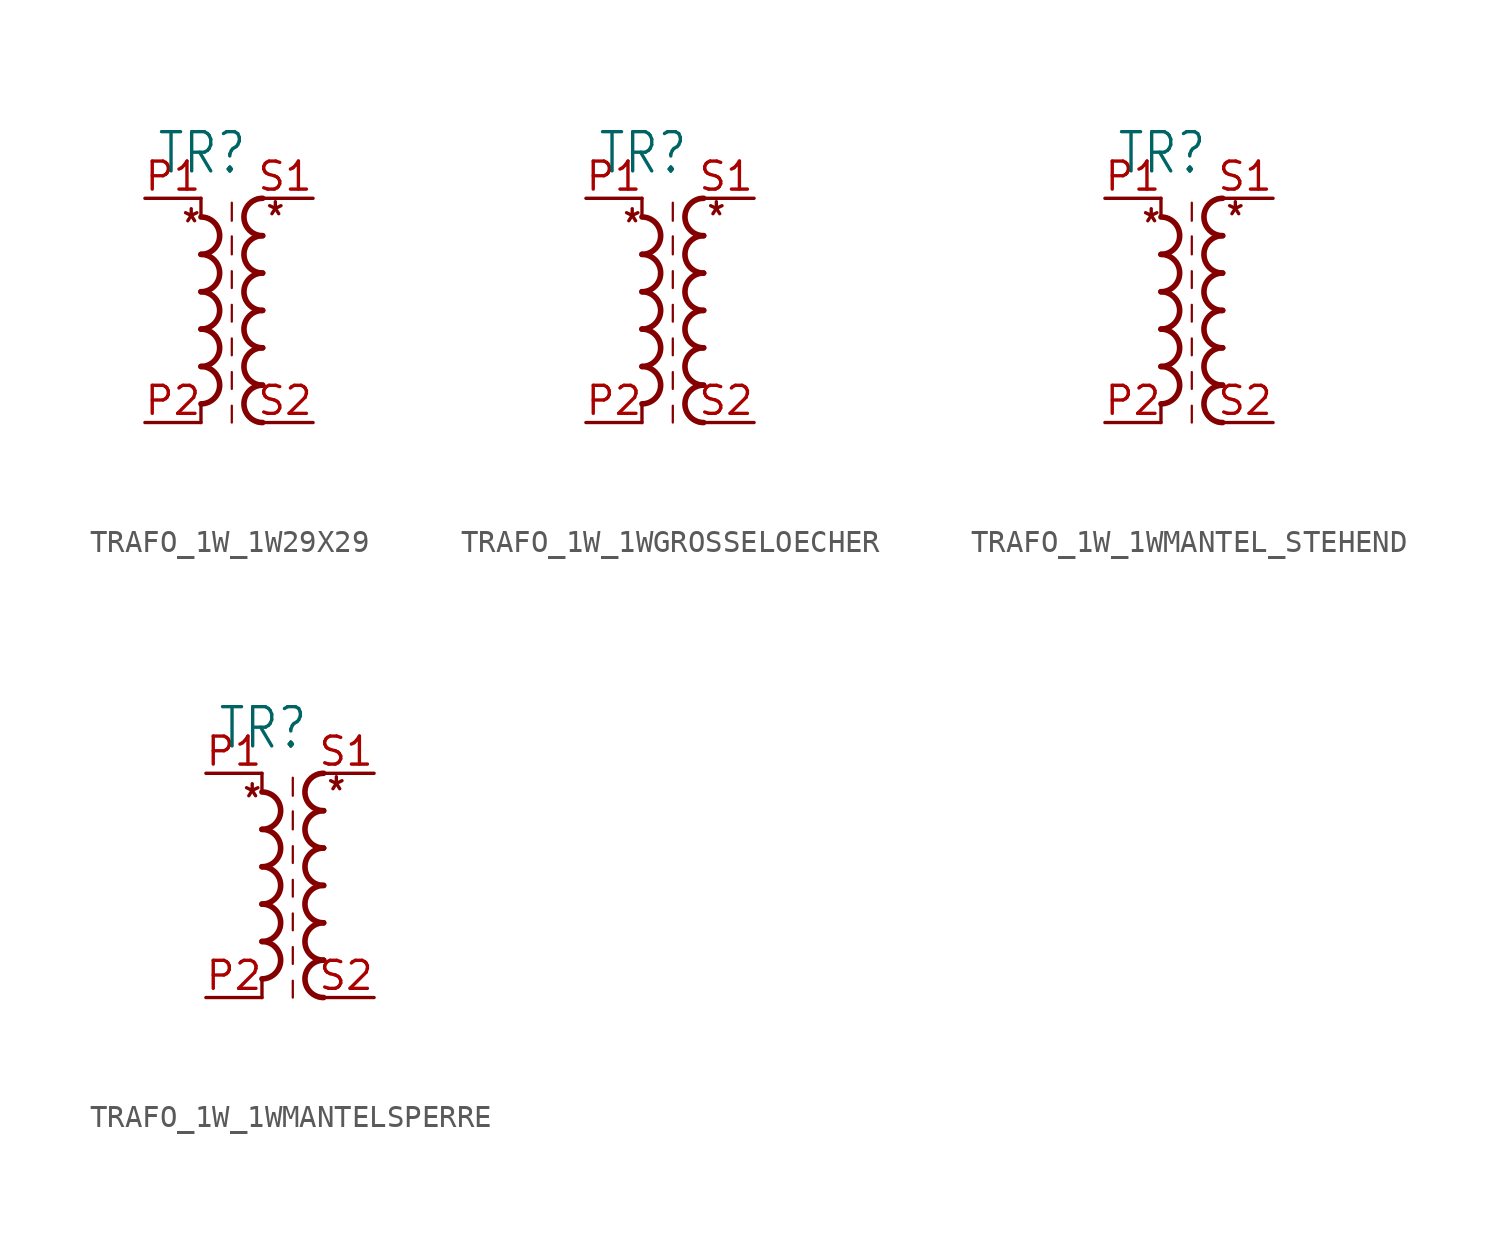
<source format=kicad_sym>
(kicad_symbol_lib
  (version 20231120)
  (generator "kicad_symbol_editor")
  (generator_version "8.0")
  (symbol "TRAFO_1W_1W29X29"
    (property "Reference" "TR"
      (at -4.572 6.096 0)
      (effects (font (size 1.778 1.511)) (justify left bottom)))
    (property "Value" ""
      (at -4.572 -7.874 0)
      (effects (font (size 1.778 1.511)) (justify left bottom)))
    (property "ki_locked" ""
      (at 0 0 0)
      (effects (font (size 1.27 1.27))))
    (symbol "TRAFO_1W_1W29X29_1_0"
      (arc (start -2.54 -4.2334) (mid -1.6933 -3.3867) (end -2.54 -2.54) (stroke (width 0.254) (type solid)) (fill (type none)))
      (arc (start -2.54 -2.54) (mid -1.6933 -1.6933) (end -2.54 -0.8466) (stroke (width 0.254) (type solid)) (fill (type none)))
      (arc (start -2.54 -0.8466) (mid -1.6934 0) (end -2.54 0.8466) (stroke (width 0.254) (type solid)) (fill (type none)))
      (arc (start -2.54 0.8466) (mid -1.6933 1.6933) (end -2.54 2.54) (stroke (width 0.254) (type solid)) (fill (type none)))
      (arc (start -2.54 2.54) (mid -1.6933 3.3867) (end -2.54 4.2334) (stroke (width 0.254) (type solid)) (fill (type none)))
      (polyline (pts (xy -2.54 -4.318) (xy -2.54 -5.08)) (stroke (width 0.152) (type solid)) (fill (type none)))
      (polyline (pts (xy -2.54 5.08) (xy -2.54 4.318)) (stroke (width 0.152) (type solid)) (fill (type none)))
      (polyline (pts (xy -1.143 -5.08) (xy -1.143 -4.318)) (stroke (width 0.102) (type solid)) (fill (type none)))
      (polyline (pts (xy -1.143 -3.556) (xy -1.143 -2.794)) (stroke (width 0.102) (type solid)) (fill (type none)))
      (polyline (pts (xy -1.143 -2.032) (xy -1.143 -1.27)) (stroke (width 0.102) (type solid)) (fill (type none)))
      (polyline (pts (xy -1.143 -0.508) (xy -1.143 0.254)) (stroke (width 0.102) (type solid)) (fill (type none)))
      (polyline (pts (xy -1.143 1.016) (xy -1.143 1.778)) (stroke (width 0.102) (type solid)) (fill (type none)))
      (polyline (pts (xy -1.143 2.54) (xy -1.143 3.356)) (stroke (width 0.102) (type solid)) (fill (type none)))
      (polyline (pts (xy -1.143 4.064) (xy -1.143 4.88)) (stroke (width 0.102) (type solid)) (fill (type none)))
      (arc (start 0.254 -3.3866) (mid -0.5927 -4.2333) (end 0.254 -5.08) (stroke (width 0.254) (type solid)) (fill (type none)))
      (arc (start 0.254 -1.6934) (mid -0.5926 -2.54) (end 0.254 -3.3866) (stroke (width 0.254) (type solid)) (fill (type none)))
      (arc (start 0.254 0) (mid -0.5927 -0.8467) (end 0.254 -1.6934) (stroke (width 0.254) (type solid)) (fill (type none)))
      (arc (start 0.254 1.6934) (mid -0.5927 0.8467) (end 0.254 0) (stroke (width 0.254) (type solid)) (fill (type none)))
      (arc (start 0.254 3.3866) (mid -0.5927 2.5399) (end 0.254 1.6932) (stroke (width 0.254) (type solid)) (fill (type none)))
      (arc (start 0.254 5.08) (mid -0.5927 4.2333) (end 0.254 3.3866) (stroke (width 0.254) (type solid)) (fill (type none)))
      (text "*" (at -3.493 3.175 0) (effects (font (size 1.27 1.079)) (justify left bottom)))
      (text "*" (at 0.318 3.493 0) (effects (font (size 1.27 1.079)) (justify left bottom)))
      (pin passive line (at -5.08 5.08 0) (length 2.54) (name "P1" (effects (font (size 0 0)))) (number "P1" (effects (font (size 1.27 1.27)))))
      (pin passive line (at -5.08 -5.08 0) (length 2.54) (name "P2" (effects (font (size 0 0)))) (number "P2" (effects (font (size 1.27 1.27)))))
      (pin passive line (at 2.54 5.08 180) (length 2.54) (name "S1" (effects (font (size 0 0)))) (number "S1" (effects (font (size 1.27 1.27)))))
      (pin passive line (at 2.54 -5.08 180) (length 2.54) (name "S2" (effects (font (size 0 0)))) (number "S2" (effects (font (size 1.27 1.27)))))))
  (symbol "TRAFO_1W_1WGROSSELOECHER"
    (property "Reference" "TR"
      (at -4.572 6.096 0)
      (effects (font (size 1.778 1.511)) (justify left bottom)))
    (property "Value" ""
      (at -4.572 -7.874 0)
      (effects (font (size 1.778 1.511)) (justify left bottom)))
    (property "ki_locked" ""
      (at 0 0 0)
      (effects (font (size 1.27 1.27))))
    (symbol "TRAFO_1W_1WGROSSELOECHER_1_0"
      (arc (start -2.54 -4.2334) (mid -1.6933 -3.3867) (end -2.54 -2.54) (stroke (width 0.254) (type solid)) (fill (type none)))
      (arc (start -2.54 -2.54) (mid -1.6933 -1.6933) (end -2.54 -0.8466) (stroke (width 0.254) (type solid)) (fill (type none)))
      (arc (start -2.54 -0.8466) (mid -1.6934 0) (end -2.54 0.8466) (stroke (width 0.254) (type solid)) (fill (type none)))
      (arc (start -2.54 0.8466) (mid -1.6933 1.6933) (end -2.54 2.54) (stroke (width 0.254) (type solid)) (fill (type none)))
      (arc (start -2.54 2.54) (mid -1.6933 3.3867) (end -2.54 4.2334) (stroke (width 0.254) (type solid)) (fill (type none)))
      (polyline (pts (xy -2.54 -4.318) (xy -2.54 -5.08)) (stroke (width 0.152) (type solid)) (fill (type none)))
      (polyline (pts (xy -2.54 5.08) (xy -2.54 4.318)) (stroke (width 0.152) (type solid)) (fill (type none)))
      (polyline (pts (xy -1.143 -5.08) (xy -1.143 -4.318)) (stroke (width 0.102) (type solid)) (fill (type none)))
      (polyline (pts (xy -1.143 -3.556) (xy -1.143 -2.794)) (stroke (width 0.102) (type solid)) (fill (type none)))
      (polyline (pts (xy -1.143 -2.032) (xy -1.143 -1.27)) (stroke (width 0.102) (type solid)) (fill (type none)))
      (polyline (pts (xy -1.143 -0.508) (xy -1.143 0.254)) (stroke (width 0.102) (type solid)) (fill (type none)))
      (polyline (pts (xy -1.143 1.016) (xy -1.143 1.778)) (stroke (width 0.102) (type solid)) (fill (type none)))
      (polyline (pts (xy -1.143 2.54) (xy -1.143 3.356)) (stroke (width 0.102) (type solid)) (fill (type none)))
      (polyline (pts (xy -1.143 4.064) (xy -1.143 4.88)) (stroke (width 0.102) (type solid)) (fill (type none)))
      (arc (start 0.254 -3.3866) (mid -0.5927 -4.2333) (end 0.254 -5.08) (stroke (width 0.254) (type solid)) (fill (type none)))
      (arc (start 0.254 -1.6934) (mid -0.5926 -2.54) (end 0.254 -3.3866) (stroke (width 0.254) (type solid)) (fill (type none)))
      (arc (start 0.254 0) (mid -0.5927 -0.8467) (end 0.254 -1.6934) (stroke (width 0.254) (type solid)) (fill (type none)))
      (arc (start 0.254 1.6934) (mid -0.5927 0.8467) (end 0.254 0) (stroke (width 0.254) (type solid)) (fill (type none)))
      (arc (start 0.254 3.3866) (mid -0.5927 2.5399) (end 0.254 1.6932) (stroke (width 0.254) (type solid)) (fill (type none)))
      (arc (start 0.254 5.08) (mid -0.5927 4.2333) (end 0.254 3.3866) (stroke (width 0.254) (type solid)) (fill (type none)))
      (text "*" (at -3.493 3.175 0) (effects (font (size 1.27 1.079)) (justify left bottom)))
      (text "*" (at 0.318 3.493 0) (effects (font (size 1.27 1.079)) (justify left bottom)))
      (pin passive line (at -5.08 5.08 0) (length 2.54) (name "P1" (effects (font (size 0 0)))) (number "P1" (effects (font (size 1.27 1.27)))))
      (pin passive line (at -5.08 -5.08 0) (length 2.54) (name "P2" (effects (font (size 0 0)))) (number "P2" (effects (font (size 1.27 1.27)))))
      (pin passive line (at 2.54 5.08 180) (length 2.54) (name "S1" (effects (font (size 0 0)))) (number "S1" (effects (font (size 1.27 1.27)))))
      (pin passive line (at 2.54 -5.08 180) (length 2.54) (name "S2" (effects (font (size 0 0)))) (number "S2" (effects (font (size 1.27 1.27)))))))
  (symbol "TRAFO_1W_1WMANTEL_STEHEND"
    (property "Reference" "TR"
      (at -4.572 6.096 0)
      (effects (font (size 1.778 1.511)) (justify left bottom)))
    (property "Value" ""
      (at -4.572 -7.874 0)
      (effects (font (size 1.778 1.511)) (justify left bottom)))
    (property "ki_locked" ""
      (at 0 0 0)
      (effects (font (size 1.27 1.27))))
    (symbol "TRAFO_1W_1WMANTEL_STEHEND_1_0"
      (arc (start -2.54 -4.2334) (mid -1.6933 -3.3867) (end -2.54 -2.54) (stroke (width 0.254) (type solid)) (fill (type none)))
      (arc (start -2.54 -2.54) (mid -1.6933 -1.6933) (end -2.54 -0.8466) (stroke (width 0.254) (type solid)) (fill (type none)))
      (arc (start -2.54 -0.8466) (mid -1.6934 0) (end -2.54 0.8466) (stroke (width 0.254) (type solid)) (fill (type none)))
      (arc (start -2.54 0.8466) (mid -1.6933 1.6933) (end -2.54 2.54) (stroke (width 0.254) (type solid)) (fill (type none)))
      (arc (start -2.54 2.54) (mid -1.6933 3.3867) (end -2.54 4.2334) (stroke (width 0.254) (type solid)) (fill (type none)))
      (polyline (pts (xy -2.54 -4.318) (xy -2.54 -5.08)) (stroke (width 0.152) (type solid)) (fill (type none)))
      (polyline (pts (xy -2.54 5.08) (xy -2.54 4.318)) (stroke (width 0.152) (type solid)) (fill (type none)))
      (polyline (pts (xy -1.143 -5.08) (xy -1.143 -4.318)) (stroke (width 0.102) (type solid)) (fill (type none)))
      (polyline (pts (xy -1.143 -3.556) (xy -1.143 -2.794)) (stroke (width 0.102) (type solid)) (fill (type none)))
      (polyline (pts (xy -1.143 -2.032) (xy -1.143 -1.27)) (stroke (width 0.102) (type solid)) (fill (type none)))
      (polyline (pts (xy -1.143 -0.508) (xy -1.143 0.254)) (stroke (width 0.102) (type solid)) (fill (type none)))
      (polyline (pts (xy -1.143 1.016) (xy -1.143 1.778)) (stroke (width 0.102) (type solid)) (fill (type none)))
      (polyline (pts (xy -1.143 2.54) (xy -1.143 3.356)) (stroke (width 0.102) (type solid)) (fill (type none)))
      (polyline (pts (xy -1.143 4.064) (xy -1.143 4.88)) (stroke (width 0.102) (type solid)) (fill (type none)))
      (arc (start 0.254 -3.3866) (mid -0.5927 -4.2333) (end 0.254 -5.08) (stroke (width 0.254) (type solid)) (fill (type none)))
      (arc (start 0.254 -1.6934) (mid -0.5926 -2.54) (end 0.254 -3.3866) (stroke (width 0.254) (type solid)) (fill (type none)))
      (arc (start 0.254 0) (mid -0.5927 -0.8467) (end 0.254 -1.6934) (stroke (width 0.254) (type solid)) (fill (type none)))
      (arc (start 0.254 1.6934) (mid -0.5927 0.8467) (end 0.254 0) (stroke (width 0.254) (type solid)) (fill (type none)))
      (arc (start 0.254 3.3866) (mid -0.5927 2.5399) (end 0.254 1.6932) (stroke (width 0.254) (type solid)) (fill (type none)))
      (arc (start 0.254 5.08) (mid -0.5927 4.2333) (end 0.254 3.3866) (stroke (width 0.254) (type solid)) (fill (type none)))
      (text "*" (at -3.493 3.175 0) (effects (font (size 1.27 1.079)) (justify left bottom)))
      (text "*" (at 0.318 3.493 0) (effects (font (size 1.27 1.079)) (justify left bottom)))
      (pin passive line (at -5.08 5.08 0) (length 2.54) (name "P1" (effects (font (size 0 0)))) (number "P1" (effects (font (size 1.27 1.27)))))
      (pin passive line (at -5.08 -5.08 0) (length 2.54) (name "P2" (effects (font (size 0 0)))) (number "P2" (effects (font (size 1.27 1.27)))))
      (pin passive line (at 2.54 5.08 180) (length 2.54) (name "S1" (effects (font (size 0 0)))) (number "S1" (effects (font (size 1.27 1.27)))))
      (pin passive line (at 2.54 -5.08 180) (length 2.54) (name "S2" (effects (font (size 0 0)))) (number "S2" (effects (font (size 1.27 1.27)))))))
  (symbol "TRAFO_1W_1WMANTELSPERRE"
    (property "Reference" "TR"
      (at -4.572 6.096 0)
      (effects (font (size 1.778 1.511)) (justify left bottom)))
    (property "Value" ""
      (at -4.572 -7.874 0)
      (effects (font (size 1.778 1.511)) (justify left bottom)))
    (property "ki_locked" ""
      (at 0 0 0)
      (effects (font (size 1.27 1.27))))
    (symbol "TRAFO_1W_1WMANTELSPERRE_1_0"
      (arc (start -2.54 -4.2334) (mid -1.6933 -3.3867) (end -2.54 -2.54) (stroke (width 0.254) (type solid)) (fill (type none)))
      (arc (start -2.54 -2.54) (mid -1.6933 -1.6933) (end -2.54 -0.8466) (stroke (width 0.254) (type solid)) (fill (type none)))
      (arc (start -2.54 -0.8466) (mid -1.6934 0) (end -2.54 0.8466) (stroke (width 0.254) (type solid)) (fill (type none)))
      (arc (start -2.54 0.8466) (mid -1.6933 1.6933) (end -2.54 2.54) (stroke (width 0.254) (type solid)) (fill (type none)))
      (arc (start -2.54 2.54) (mid -1.6933 3.3867) (end -2.54 4.2334) (stroke (width 0.254) (type solid)) (fill (type none)))
      (polyline (pts (xy -2.54 -4.318) (xy -2.54 -5.08)) (stroke (width 0.152) (type solid)) (fill (type none)))
      (polyline (pts (xy -2.54 5.08) (xy -2.54 4.318)) (stroke (width 0.152) (type solid)) (fill (type none)))
      (polyline (pts (xy -1.143 -5.08) (xy -1.143 -4.318)) (stroke (width 0.102) (type solid)) (fill (type none)))
      (polyline (pts (xy -1.143 -3.556) (xy -1.143 -2.794)) (stroke (width 0.102) (type solid)) (fill (type none)))
      (polyline (pts (xy -1.143 -2.032) (xy -1.143 -1.27)) (stroke (width 0.102) (type solid)) (fill (type none)))
      (polyline (pts (xy -1.143 -0.508) (xy -1.143 0.254)) (stroke (width 0.102) (type solid)) (fill (type none)))
      (polyline (pts (xy -1.143 1.016) (xy -1.143 1.778)) (stroke (width 0.102) (type solid)) (fill (type none)))
      (polyline (pts (xy -1.143 2.54) (xy -1.143 3.356)) (stroke (width 0.102) (type solid)) (fill (type none)))
      (polyline (pts (xy -1.143 4.064) (xy -1.143 4.88)) (stroke (width 0.102) (type solid)) (fill (type none)))
      (arc (start 0.254 -3.3866) (mid -0.5927 -4.2333) (end 0.254 -5.08) (stroke (width 0.254) (type solid)) (fill (type none)))
      (arc (start 0.254 -1.6934) (mid -0.5926 -2.54) (end 0.254 -3.3866) (stroke (width 0.254) (type solid)) (fill (type none)))
      (arc (start 0.254 0) (mid -0.5927 -0.8467) (end 0.254 -1.6934) (stroke (width 0.254) (type solid)) (fill (type none)))
      (arc (start 0.254 1.6934) (mid -0.5927 0.8467) (end 0.254 0) (stroke (width 0.254) (type solid)) (fill (type none)))
      (arc (start 0.254 3.3866) (mid -0.5927 2.5399) (end 0.254 1.6932) (stroke (width 0.254) (type solid)) (fill (type none)))
      (arc (start 0.254 5.08) (mid -0.5927 4.2333) (end 0.254 3.3866) (stroke (width 0.254) (type solid)) (fill (type none)))
      (text "*" (at -3.493 3.175 0) (effects (font (size 1.27 1.079)) (justify left bottom)))
      (text "*" (at 0.318 3.493 0) (effects (font (size 1.27 1.079)) (justify left bottom)))
      (pin passive line (at -5.08 5.08 0) (length 2.54) (name "P1" (effects (font (size 0 0)))) (number "P1" (effects (font (size 1.27 1.27)))))
      (pin passive line (at -5.08 -5.08 0) (length 2.54) (name "P2" (effects (font (size 0 0)))) (number "P2" (effects (font (size 1.27 1.27)))))
      (pin passive line (at 2.54 5.08 180) (length 2.54) (name "S1" (effects (font (size 0 0)))) (number "S1" (effects (font (size 1.27 1.27)))))
      (pin passive line (at 2.54 -5.08 180) (length 2.54) (name "S2" (effects (font (size 0 0)))) (number "S2" (effects (font (size 1.27 1.27))))))))
</source>
